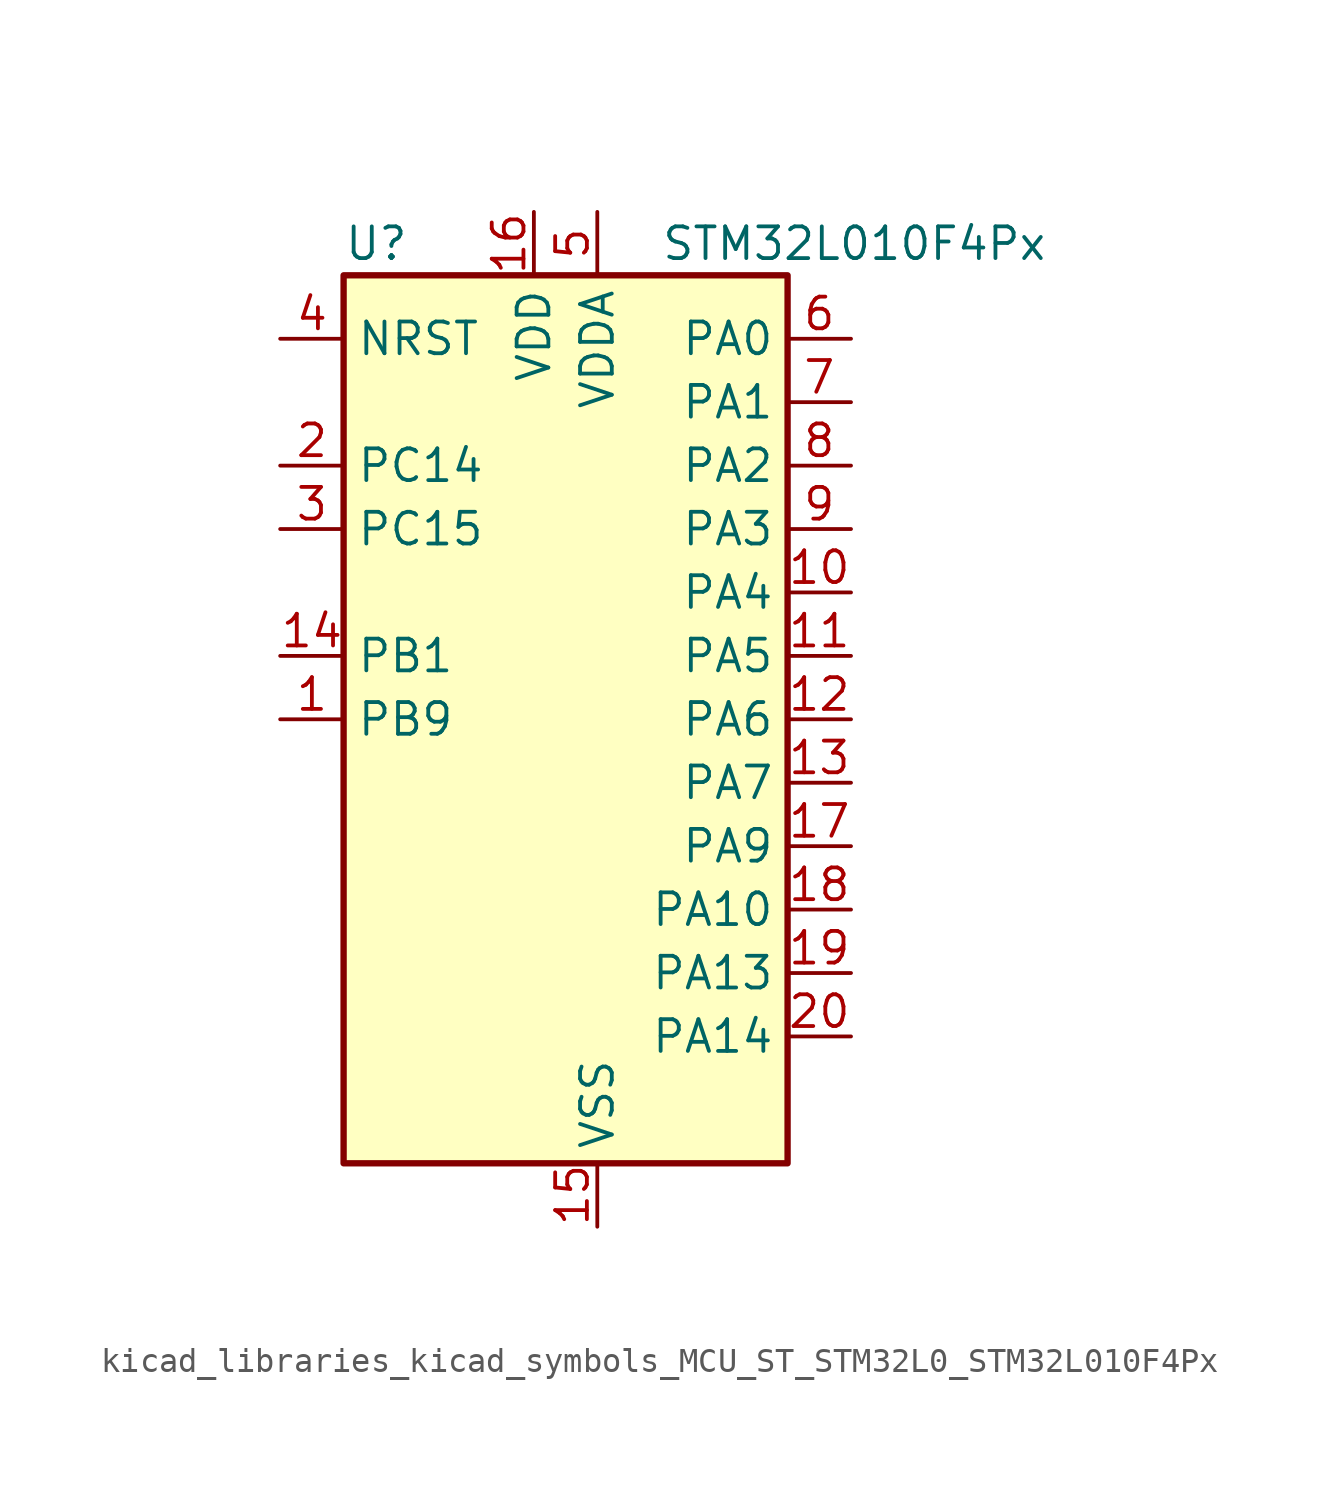
<source format=kicad_sym>
(kicad_symbol_lib
  (version 20220914)
  (generator kicad_symbol_editor)
  (symbol "kicad_libraries_kicad_symbols_MCU_ST_STM32L0_STM32L010F4Px"
    (property "Reference" "U"
      (at -7.62 19.05 0)
      (effects (font (size 1.27 1.27)) (justify left)))
    (property "Value" "STM32L010F4Px"
      (at 5.08 19.05 0)
      (effects (font (size 1.27 1.27)) (justify left)))
    (property "ki_locked" ""
      (at 0 0 0)
      (effects (font (size 1.27 1.27))))
    (symbol "kicad_libraries_kicad_symbols_MCU_ST_STM32L0_STM32L010F4Px_0_1"
      (rectangle (start -7.62 -17.78) (end 10.16 17.78) (stroke (width 0.254) (type default)) (fill (type background))))
    (symbol "kicad_libraries_kicad_symbols_MCU_ST_STM32L0_STM32L010F4Px_1_1"
      (pin bidirectional line (at -10.16 0 0) (length 2.54) (name "PB9" (effects (font (size 1.27 1.27)))) (number "1" (effects (font (size 1.27 1.27)))))
      (pin bidirectional line (at 12.7 5.08 180) (length 2.54) (name "PA4" (effects (font (size 1.27 1.27)))) (number "10" (effects (font (size 1.27 1.27)))) (alternate "ADC_IN4" bidirectional line) (alternate "I2C1_SCL" bidirectional line) (alternate "LPTIM1_ETR" bidirectional line) (alternate "LPTIM1_IN1" bidirectional line) (alternate "LPUART1_TX" bidirectional line) (alternate "SPI1_NSS" bidirectional line) (alternate "TIM2_ETR" bidirectional line) (alternate "USART2_CK" bidirectional line))
      (pin bidirectional line (at 12.7 2.54 180) (length 2.54) (name "PA5" (effects (font (size 1.27 1.27)))) (number "11" (effects (font (size 1.27 1.27)))) (alternate "ADC_IN5" bidirectional line) (alternate "LPTIM1_IN2" bidirectional line) (alternate "SPI1_SCK" bidirectional line) (alternate "TIM2_CH1" bidirectional line) (alternate "TIM2_ETR" bidirectional line))
      (pin bidirectional line (at 12.7 0 180) (length 2.54) (name "PA6" (effects (font (size 1.27 1.27)))) (number "12" (effects (font (size 1.27 1.27)))) (alternate "ADC_IN6" bidirectional line) (alternate "LPTIM1_ETR" bidirectional line) (alternate "LPUART1_CTS" bidirectional line) (alternate "SPI1_MISO" bidirectional line))
      (pin bidirectional line (at 12.7 -2.54 180) (length 2.54) (name "PA7" (effects (font (size 1.27 1.27)))) (number "13" (effects (font (size 1.27 1.27)))) (alternate "ADC_IN7" bidirectional line) (alternate "LPTIM1_OUT" bidirectional line) (alternate "SPI1_MOSI" bidirectional line) (alternate "TIM21_ETR" bidirectional line) (alternate "USART2_CTS" bidirectional line))
      (pin bidirectional line (at -10.16 2.54 0) (length 2.54) (name "PB1" (effects (font (size 1.27 1.27)))) (number "14" (effects (font (size 1.27 1.27)))) (alternate "ADC_IN9" bidirectional line) (alternate "LPTIM1_IN1" bidirectional line) (alternate "LPUART1_DE" bidirectional line) (alternate "LPUART1_RTS" bidirectional line) (alternate "SPI1_MOSI" bidirectional line) (alternate "SYS_VREF_OUT_PB1" bidirectional line) (alternate "TIM2_CH4" bidirectional line) (alternate "USART2_CK" bidirectional line))
      (pin power_in line (at 2.54 -20.32 90) (length 2.54) (name "VSS" (effects (font (size 1.27 1.27)))) (number "15" (effects (font (size 1.27 1.27)))))
      (pin power_in line (at 0 20.32 270) (length 2.54) (name "VDD" (effects (font (size 1.27 1.27)))) (number "16" (effects (font (size 1.27 1.27)))))
      (pin bidirectional line (at 12.7 -5.08 180) (length 2.54) (name "PA9" (effects (font (size 1.27 1.27)))) (number "17" (effects (font (size 1.27 1.27)))) (alternate "I2C1_SCL" bidirectional line) (alternate "LPTIM1_OUT" bidirectional line) (alternate "RCC_MCO" bidirectional line) (alternate "TIM21_CH2" bidirectional line) (alternate "USART2_TX" bidirectional line))
      (pin bidirectional line (at 12.7 -7.62 180) (length 2.54) (name "PA10" (effects (font (size 1.27 1.27)))) (number "18" (effects (font (size 1.27 1.27)))) (alternate "I2C1_SDA" bidirectional line) (alternate "RTC_REFIN" bidirectional line) (alternate "TIM21_CH1" bidirectional line) (alternate "TIM2_CH3" bidirectional line) (alternate "USART2_RX" bidirectional line))
      (pin bidirectional line (at 12.7 -10.16 180) (length 2.54) (name "PA13" (effects (font (size 1.27 1.27)))) (number "19" (effects (font (size 1.27 1.27)))) (alternate "I2C1_SDA" bidirectional line) (alternate "LPTIM1_ETR" bidirectional line) (alternate "LPUART1_RX" bidirectional line) (alternate "SPI1_SCK" bidirectional line) (alternate "SYS_SWDIO" bidirectional line))
      (pin bidirectional line (at -10.16 10.16 0) (length 2.54) (name "PC14" (effects (font (size 1.27 1.27)))) (number "2" (effects (font (size 1.27 1.27)))) (alternate "RCC_OSC32_IN" bidirectional line))
      (pin bidirectional line (at 12.7 -12.7 180) (length 2.54) (name "PA14" (effects (font (size 1.27 1.27)))) (number "20" (effects (font (size 1.27 1.27)))) (alternate "I2C1_SMBA" bidirectional line) (alternate "LPTIM1_OUT" bidirectional line) (alternate "LPUART1_TX" bidirectional line) (alternate "SPI1_MISO" bidirectional line) (alternate "SYS_SWCLK" bidirectional line) (alternate "USART2_TX" bidirectional line))
      (pin bidirectional line (at -10.16 7.62 0) (length 2.54) (name "PC15" (effects (font (size 1.27 1.27)))) (number "3" (effects (font (size 1.27 1.27)))) (alternate "RCC_OSC32_OUT" bidirectional line))
      (pin input line (at -10.16 15.24 0) (length 2.54) (name "NRST" (effects (font (size 1.27 1.27)))) (number "4" (effects (font (size 1.27 1.27)))))
      (pin power_in line (at 2.54 20.32 270) (length 2.54) (name "VDDA" (effects (font (size 1.27 1.27)))) (number "5" (effects (font (size 1.27 1.27)))))
      (pin bidirectional line (at 12.7 15.24 180) (length 2.54) (name "PA0" (effects (font (size 1.27 1.27)))) (number "6" (effects (font (size 1.27 1.27)))) (alternate "ADC_IN0" bidirectional line) (alternate "LPTIM1_IN1" bidirectional line) (alternate "LPUART1_RX" bidirectional line) (alternate "RCC_CK_IN" bidirectional line) (alternate "RTC_TAMP2" bidirectional line) (alternate "SYS_WKUP1" bidirectional line) (alternate "TIM2_CH1" bidirectional line) (alternate "TIM2_ETR" bidirectional line) (alternate "USART2_CTS" bidirectional line) (alternate "USART2_RX" bidirectional line))
      (pin bidirectional line (at 12.7 12.7 180) (length 2.54) (name "PA1" (effects (font (size 1.27 1.27)))) (number "7" (effects (font (size 1.27 1.27)))) (alternate "ADC_IN1" bidirectional line) (alternate "I2C1_SMBA" bidirectional line) (alternate "LPTIM1_IN2" bidirectional line) (alternate "LPUART1_TX" bidirectional line) (alternate "TIM21_ETR" bidirectional line) (alternate "TIM2_CH2" bidirectional line) (alternate "USART2_DE" bidirectional line) (alternate "USART2_RTS" bidirectional line))
      (pin bidirectional line (at 12.7 10.16 180) (length 2.54) (name "PA2" (effects (font (size 1.27 1.27)))) (number "8" (effects (font (size 1.27 1.27)))) (alternate "ADC_IN2" bidirectional line) (alternate "LPUART1_TX" bidirectional line) (alternate "RTC_OUT_ALARM" bidirectional line) (alternate "RTC_OUT_CALIB" bidirectional line) (alternate "RTC_TAMP3" bidirectional line) (alternate "RTC_TS" bidirectional line) (alternate "SYS_WKUP3" bidirectional line) (alternate "TIM21_CH1" bidirectional line) (alternate "TIM2_CH3" bidirectional line) (alternate "USART2_TX" bidirectional line))
      (pin bidirectional line (at 12.7 7.62 180) (length 2.54) (name "PA3" (effects (font (size 1.27 1.27)))) (number "9" (effects (font (size 1.27 1.27)))) (alternate "ADC_IN3" bidirectional line) (alternate "LPUART1_RX" bidirectional line) (alternate "TIM21_CH2" bidirectional line) (alternate "TIM2_CH4" bidirectional line) (alternate "USART2_RX" bidirectional line)))))
</source>
